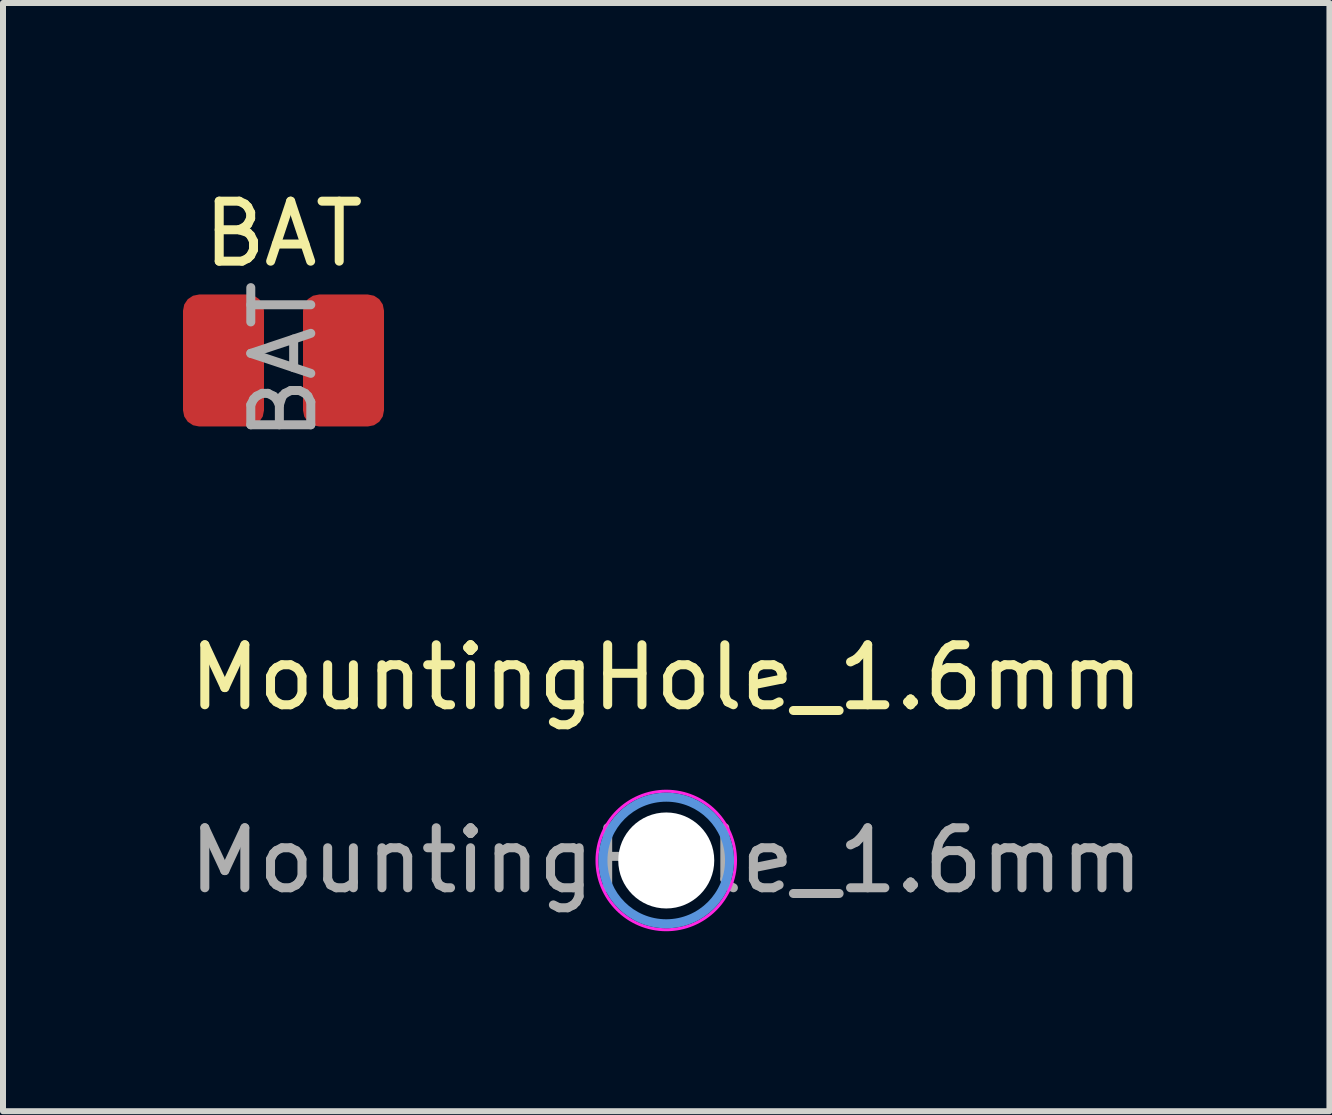
<source format=kicad_pcb>
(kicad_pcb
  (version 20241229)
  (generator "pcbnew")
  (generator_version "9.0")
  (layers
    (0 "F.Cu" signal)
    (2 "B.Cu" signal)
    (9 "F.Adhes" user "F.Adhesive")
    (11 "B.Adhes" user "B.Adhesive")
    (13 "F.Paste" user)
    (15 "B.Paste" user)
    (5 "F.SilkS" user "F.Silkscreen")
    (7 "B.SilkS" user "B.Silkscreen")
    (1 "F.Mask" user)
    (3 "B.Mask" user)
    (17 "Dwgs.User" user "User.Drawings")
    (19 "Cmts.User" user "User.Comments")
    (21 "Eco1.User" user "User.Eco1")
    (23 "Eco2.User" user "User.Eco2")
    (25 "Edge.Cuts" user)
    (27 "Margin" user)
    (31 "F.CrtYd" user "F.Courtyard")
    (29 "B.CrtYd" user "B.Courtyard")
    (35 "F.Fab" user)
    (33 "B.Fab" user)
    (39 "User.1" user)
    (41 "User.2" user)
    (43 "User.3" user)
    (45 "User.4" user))
  (footprint "MountingHole_1.6mm"
    (layer "F.Cu")
    (at 8.054 11.291)
    (property "Reference" "MountingHole_1.6mm" (at 0 -3.05 0) (layer "F.SilkS") (effects (font (size 1 1) (thickness 0.15))))
    (attr exclude_from_pos_files exclude_from_bom)
    (fp_circle (center 0 0) (end 1.05 0.1) (stroke (width 0.15) (type solid)) (fill no) (layer "Cmts.User"))
    (fp_circle (center 0 0) (end 1.15 -0.1) (stroke (width 0.05) (type solid)) (fill no) (layer "F.CrtYd"))
    (fp_text user "${REFERENCE}" (at 0 0 0) (layer "F.Fab") (effects (font (size 1 1) (thickness 0.15))))
    (pad "" np_thru_hole circle (at 0 0) (size 1.6 1.6) (drill 1.6) (layers "*.Cu" "*.Mask")))
  (footprint "BAT"
    (layer "F.Cu")
    (at 0.675 2.958)
    (property "Reference" "BAT" (at 1 -2.11 0) (layer "F.SilkS") (effects (font (size 1 1) (thickness 0.15))))
    (attr smd exclude_from_pos_files exclude_from_bom dnp)
    (fp_text user "${REFERENCE}" (at 1 0 90) (layer "F.Fab") (effects (font (size 1 1) (thickness 0.15))))
    (pad "1" smd roundrect (at 0 0) (size 1.35 2.2) (layers "F.Cu" "F.Mask" "F.Paste") (roundrect_rratio 0.2))
    (pad "2" smd roundrect (at 2 0) (size 1.35 2.2) (layers "F.Cu" "F.Mask" "F.Paste") (roundrect_rratio 0.2)))
  (gr_rect
    (start -3 -3)
    (end 19.107 15.47)
    (stroke (width 0.1) (type default))
    (fill no)
    (layer "Edge.Cuts")))
</source>
